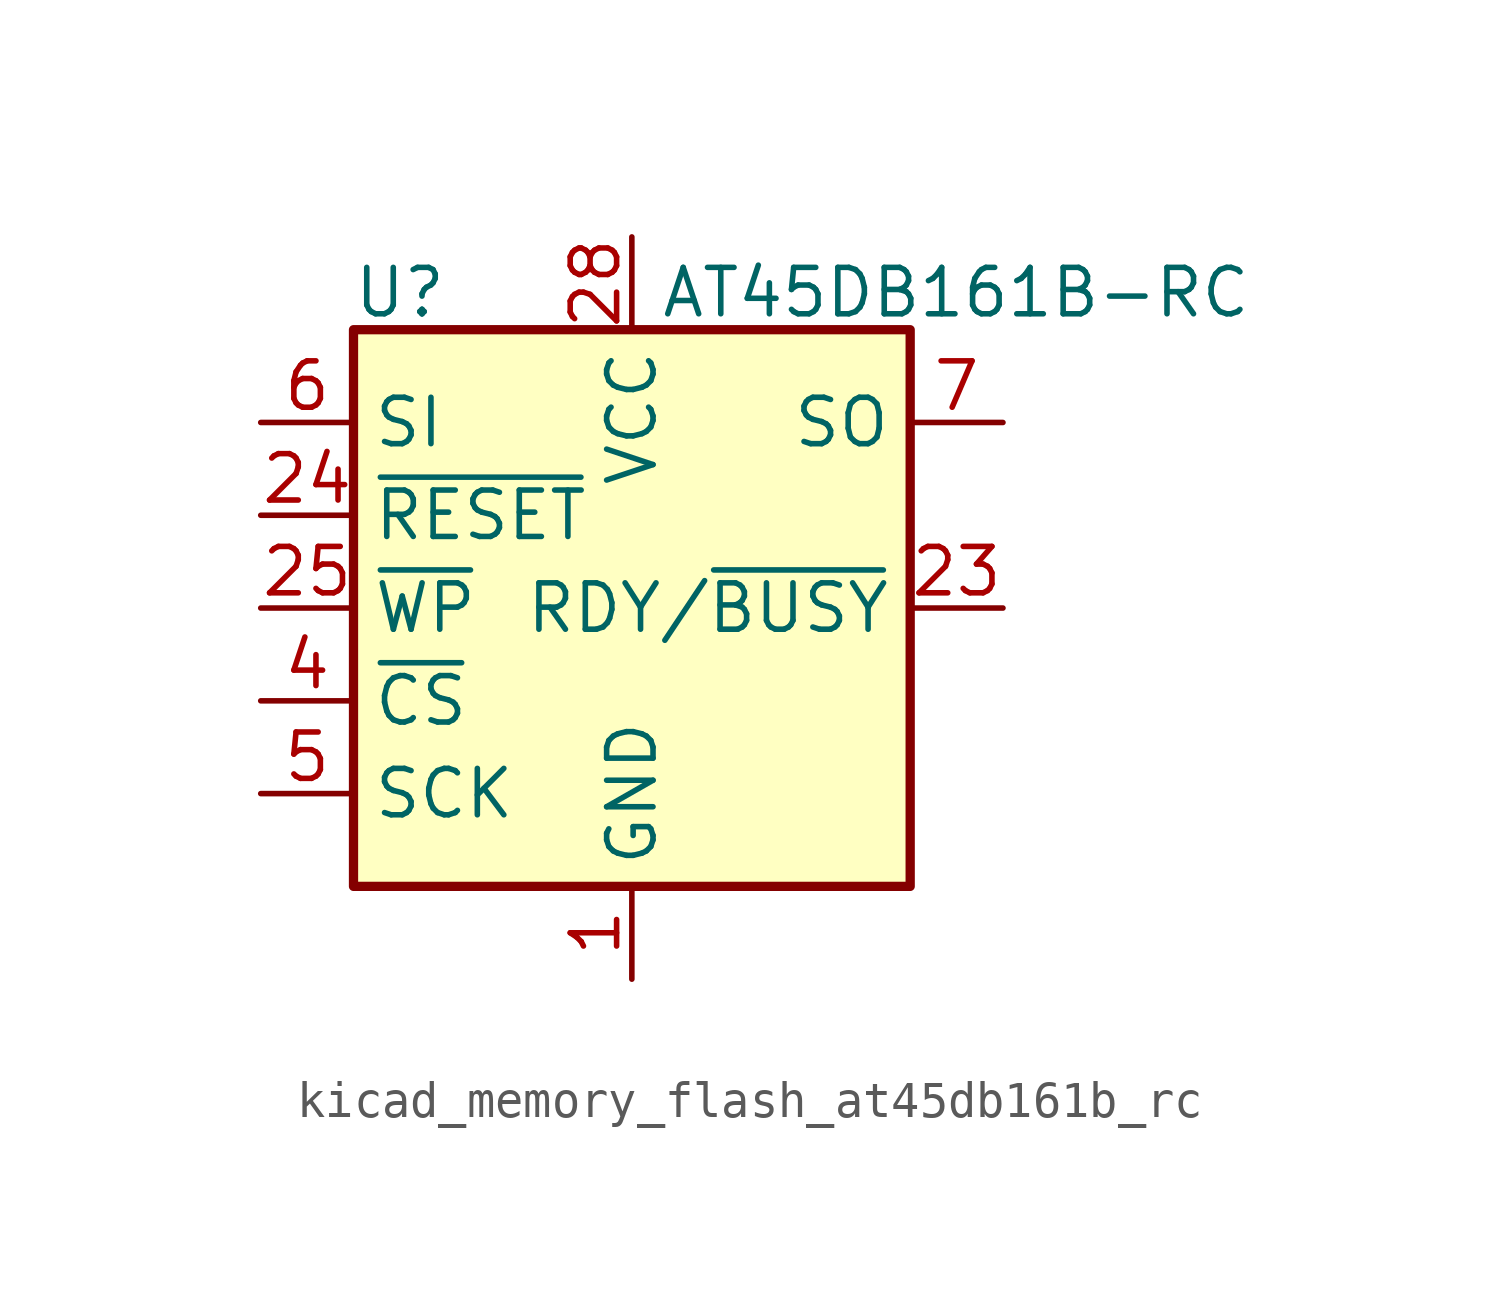
<source format=kicad_sym>
(kicad_symbol_lib
  (version 20220914)
  (generator kicad_symbol_editor)
  (symbol "kicad_memory_flash_at45db161b_rc"
    (property "Reference" "U"
      (at -6.35 8.636 0)
      (effects (font (size 1.27 1.27))))
    (property "Value" "AT45DB161B-RC"
      (at 0.762 8.636 0)
      (effects (font (size 1.27 1.27)) (justify left)))
    (symbol "kicad_memory_flash_at45db161b_rc_0_1"
      (rectangle (start -7.62 7.62) (end 7.62 -7.62) (stroke (width 0.254) (type default)) (fill (type background))))
    (symbol "kicad_memory_flash_at45db161b_rc_1_1"
      (pin power_in line (at 0 -10.16 90) (length 2.54) (name "GND" (effects (font (size 1.27 1.27)))) (number "1" (effects (font (size 1.27 1.27)))))
      (pin output line (at 10.16 0 180) (length 2.54) (name "RDY/~{BUSY}" (effects (font (size 1.27 1.27)))) (number "23" (effects (font (size 1.27 1.27)))))
      (pin input line (at -10.16 2.54 0) (length 2.54) (name "~{RESET}" (effects (font (size 1.27 1.27)))) (number "24" (effects (font (size 1.27 1.27)))))
      (pin input line (at -10.16 0 0) (length 2.54) (name "~{WP}" (effects (font (size 1.27 1.27)))) (number "25" (effects (font (size 1.27 1.27)))))
      (pin power_in line (at 0 10.16 270) (length 2.54) (name "VCC" (effects (font (size 1.27 1.27)))) (number "28" (effects (font (size 1.27 1.27)))))
      (pin input line (at -10.16 -2.54 0) (length 2.54) (name "~{CS}" (effects (font (size 1.27 1.27)))) (number "4" (effects (font (size 1.27 1.27)))))
      (pin input line (at -10.16 -5.08 0) (length 2.54) (name "SCK" (effects (font (size 1.27 1.27)))) (number "5" (effects (font (size 1.27 1.27)))))
      (pin input line (at -10.16 5.08 0) (length 2.54) (name "SI" (effects (font (size 1.27 1.27)))) (number "6" (effects (font (size 1.27 1.27)))))
      (pin output line (at 10.16 5.08 180) (length 2.54) (name "SO" (effects (font (size 1.27 1.27)))) (number "7" (effects (font (size 1.27 1.27))))))))
</source>
